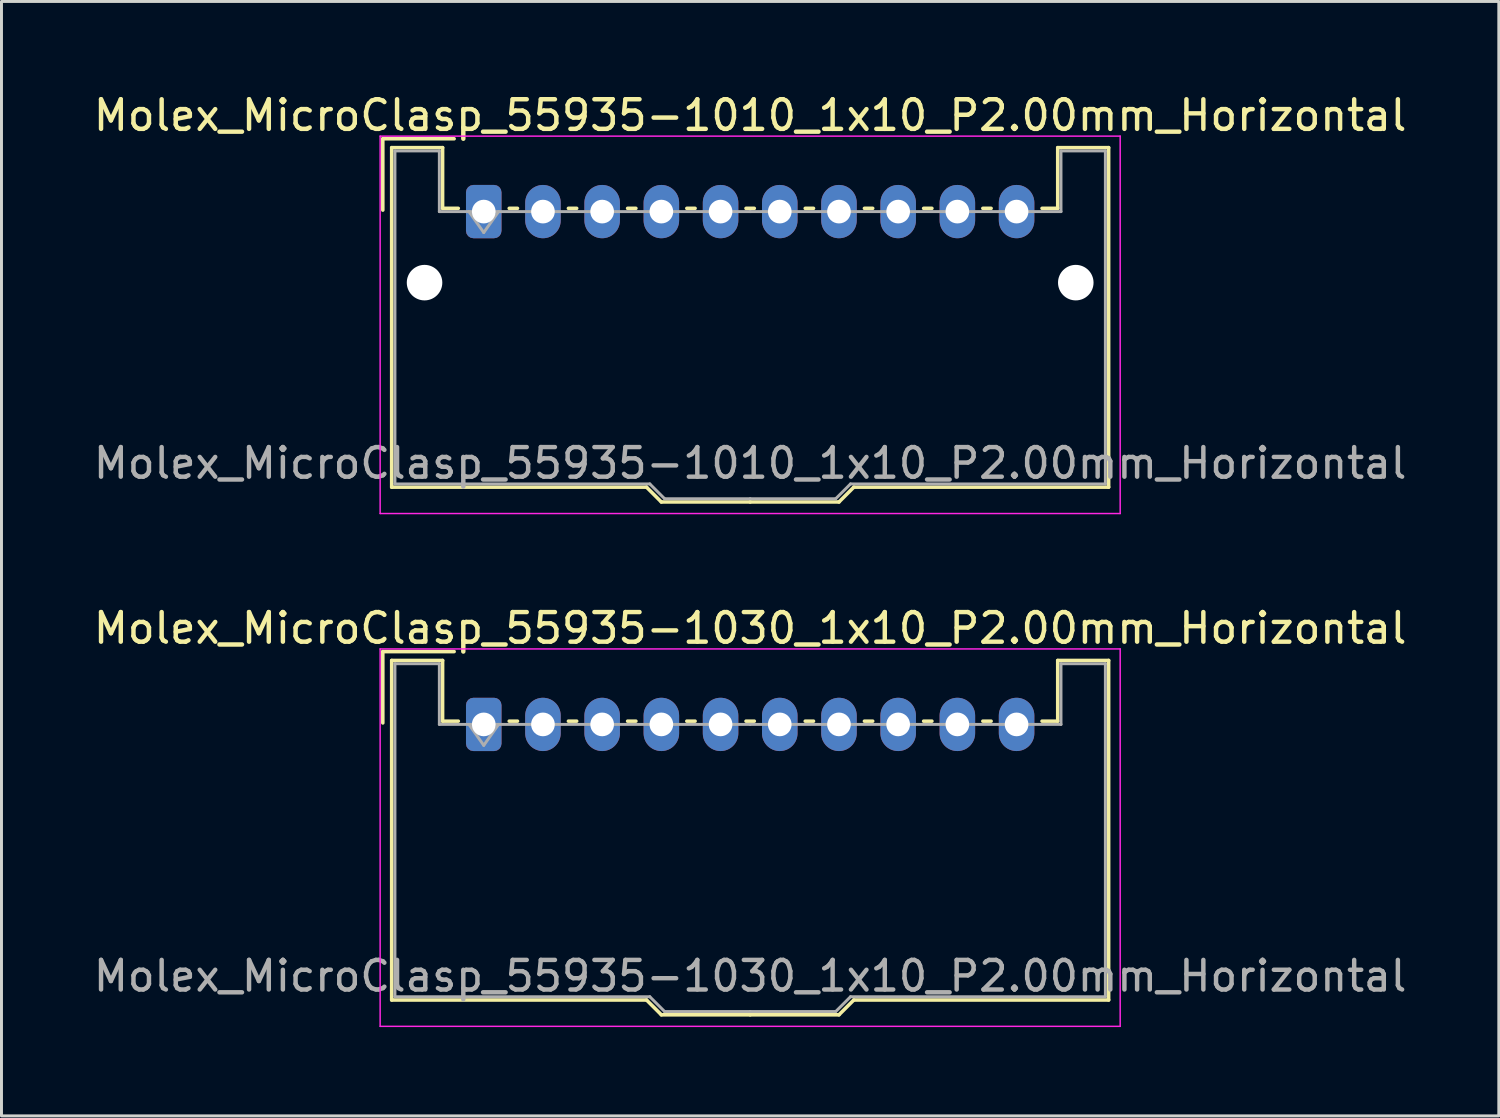
<source format=kicad_pcb>
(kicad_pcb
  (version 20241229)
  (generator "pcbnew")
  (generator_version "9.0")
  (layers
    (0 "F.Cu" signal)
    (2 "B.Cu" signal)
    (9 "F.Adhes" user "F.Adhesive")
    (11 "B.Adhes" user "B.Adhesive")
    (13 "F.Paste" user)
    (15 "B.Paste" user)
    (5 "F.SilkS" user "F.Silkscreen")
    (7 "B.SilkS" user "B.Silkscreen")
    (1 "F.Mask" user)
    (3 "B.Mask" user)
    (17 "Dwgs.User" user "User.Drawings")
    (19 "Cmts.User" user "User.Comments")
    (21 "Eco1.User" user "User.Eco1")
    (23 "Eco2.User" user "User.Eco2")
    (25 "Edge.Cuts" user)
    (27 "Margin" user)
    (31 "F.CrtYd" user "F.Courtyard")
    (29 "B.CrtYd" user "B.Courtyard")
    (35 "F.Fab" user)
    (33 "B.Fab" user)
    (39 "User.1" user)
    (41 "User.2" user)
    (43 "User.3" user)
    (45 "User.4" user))
  (footprint "Molex_MicroClasp_55935-1010_1x10_P2.00mm_Horizontal"
    (layer "F.Cu")
    (at 13.292 4.098)
    (property "Reference" "Molex_MicroClasp_55935-1010_1x10_P2.00mm_Horizontal" (at 9 -3.25 0) (layer "F.SilkS") (effects (font (size 1 1) (thickness 0.15))))
    (attr through_hole)
    (fp_line (start -3.41 -2.46) (end -1 -2.46) (stroke (width 0.12) (type solid)) (layer "F.SilkS"))
    (fp_line (start -3.41 -0.05) (end -3.41 -2.46) (stroke (width 0.12) (type solid)) (layer "F.SilkS"))
    (fp_line (start -3.11 -2.16) (end -1.39 -2.16) (stroke (width 0.12) (type solid)) (layer "F.SilkS"))
    (fp_line (start -3.11 9.31) (end -3.11 -2.16) (stroke (width 0.12) (type solid)) (layer "F.SilkS"))
    (fp_line (start -1.39 -2.16) (end -1.39 -0.11) (stroke (width 0.12) (type solid)) (layer "F.SilkS"))
    (fp_line (start -1.39 -0.11) (end -0.86 -0.11) (stroke (width 0.12) (type solid)) (layer "F.SilkS"))
    (fp_line (start 0.86 -0.11) (end 1.14 -0.11) (stroke (width 0.12) (type solid)) (layer "F.SilkS"))
    (fp_line (start 2.86 -0.11) (end 3.14 -0.11) (stroke (width 0.12) (type solid)) (layer "F.SilkS"))
    (fp_line (start 4.86 -0.11) (end 5.14 -0.11) (stroke (width 0.12) (type solid)) (layer "F.SilkS"))
    (fp_line (start 5.5 9.31) (end -3.11 9.31) (stroke (width 0.12) (type solid)) (layer "F.SilkS"))
    (fp_line (start 6 9.81) (end 5.5 9.31) (stroke (width 0.12) (type solid)) (layer "F.SilkS"))
    (fp_line (start 6.86 -0.11) (end 7.14 -0.11) (stroke (width 0.12) (type solid)) (layer "F.SilkS"))
    (fp_line (start 8.86 -0.11) (end 9.14 -0.11) (stroke (width 0.12) (type solid)) (layer "F.SilkS"))
    (fp_line (start 9 9.81) (end 6 9.81) (stroke (width 0.12) (type solid)) (layer "F.SilkS"))
    (fp_line (start 9 9.81) (end 12 9.81) (stroke (width 0.12) (type solid)) (layer "F.SilkS"))
    (fp_line (start 10.86 -0.11) (end 11.14 -0.11) (stroke (width 0.12) (type solid)) (layer "F.SilkS"))
    (fp_line (start 12 9.81) (end 12.5 9.31) (stroke (width 0.12) (type solid)) (layer "F.SilkS"))
    (fp_line (start 12.5 9.31) (end 21.11 9.31) (stroke (width 0.12) (type solid)) (layer "F.SilkS"))
    (fp_line (start 12.86 -0.11) (end 13.14 -0.11) (stroke (width 0.12) (type solid)) (layer "F.SilkS"))
    (fp_line (start 14.86 -0.11) (end 15.14 -0.11) (stroke (width 0.12) (type solid)) (layer "F.SilkS"))
    (fp_line (start 16.86 -0.11) (end 17.14 -0.11) (stroke (width 0.12) (type solid)) (layer "F.SilkS"))
    (fp_line (start 19.39 -2.16) (end 19.39 -0.11) (stroke (width 0.12) (type solid)) (layer "F.SilkS"))
    (fp_line (start 19.39 -0.11) (end 18.86 -0.11) (stroke (width 0.12) (type solid)) (layer "F.SilkS"))
    (fp_line (start 21.11 -2.16) (end 19.39 -2.16) (stroke (width 0.12) (type solid)) (layer "F.SilkS"))
    (fp_line (start 21.11 9.31) (end 21.11 -2.16) (stroke (width 0.12) (type solid)) (layer "F.SilkS"))
    (fp_line (start -3.5 -2.55) (end -3.5 10.2) (stroke (width 0.05) (type solid)) (layer "F.CrtYd"))
    (fp_line (start -3.5 10.2) (end 21.5 10.2) (stroke (width 0.05) (type solid)) (layer "F.CrtYd"))
    (fp_line (start 21.5 -2.55) (end -3.5 -2.55) (stroke (width 0.05) (type solid)) (layer "F.CrtYd"))
    (fp_line (start 21.5 10.2) (end 21.5 -2.55) (stroke (width 0.05) (type solid)) (layer "F.CrtYd"))
    (fp_line (start -3 -2.05) (end -1.5 -2.05) (stroke (width 0.1) (type solid)) (layer "F.Fab"))
    (fp_line (start -3 9.2) (end -3 -2.05) (stroke (width 0.1) (type solid)) (layer "F.Fab"))
    (fp_line (start -1.5 -2.05) (end -1.5 0) (stroke (width 0.1) (type solid)) (layer "F.Fab"))
    (fp_line (start -1.5 0) (end 9 0) (stroke (width 0.1) (type solid)) (layer "F.Fab"))
    (fp_line (start -0.5 0) (end 0 0.707) (stroke (width 0.1) (type solid)) (layer "F.Fab"))
    (fp_line (start 0 0.707) (end 0.5 0) (stroke (width 0.1) (type solid)) (layer "F.Fab"))
    (fp_line (start 5.61 9.2) (end -3 9.2) (stroke (width 0.1) (type solid)) (layer "F.Fab"))
    (fp_line (start 6.11 9.7) (end 5.61 9.2) (stroke (width 0.1) (type solid)) (layer "F.Fab"))
    (fp_line (start 9 9.7) (end 6.11 9.7) (stroke (width 0.1) (type solid)) (layer "F.Fab"))
    (fp_line (start 9 9.7) (end 11.89 9.7) (stroke (width 0.1) (type solid)) (layer "F.Fab"))
    (fp_line (start 11.89 9.7) (end 12.39 9.2) (stroke (width 0.1) (type solid)) (layer "F.Fab"))
    (fp_line (start 12.39 9.2) (end 21 9.2) (stroke (width 0.1) (type solid)) (layer "F.Fab"))
    (fp_line (start 19.5 -2.05) (end 19.5 0) (stroke (width 0.1) (type solid)) (layer "F.Fab"))
    (fp_line (start 19.5 0) (end 9 0) (stroke (width 0.1) (type solid)) (layer "F.Fab"))
    (fp_line (start 21 -2.05) (end 19.5 -2.05) (stroke (width 0.1) (type solid)) (layer "F.Fab"))
    (fp_line (start 21 9.2) (end 21 -2.05) (stroke (width 0.1) (type solid)) (layer "F.Fab"))
    (fp_text user "${REFERENCE}" (at 9 8.5 0) (layer "F.Fab") (effects (font (size 1 1) (thickness 0.15))))
    (pad "" np_thru_hole circle (at -2 2.4) (size 1.2 1.2) (drill 1.2) (layers "*.Cu" "*.Mask"))
    (pad "" np_thru_hole circle (at 20 2.4) (size 1.2 1.2) (drill 1.2) (layers "*.Cu" "*.Mask"))
    (pad "1" thru_hole roundrect (at 0 0) (size 1.2 1.8) (drill 0.8) (layers "*.Cu" "*.Mask") (roundrect_rratio 0.208))
    (pad "2" thru_hole oval (at 2 0) (size 1.2 1.8) (drill 0.8) (layers "*.Cu" "*.Mask"))
    (pad "3" thru_hole oval (at 4 0) (size 1.2 1.8) (drill 0.8) (layers "*.Cu" "*.Mask"))
    (pad "4" thru_hole oval (at 6 0) (size 1.2 1.8) (drill 0.8) (layers "*.Cu" "*.Mask"))
    (pad "5" thru_hole oval (at 8 0) (size 1.2 1.8) (drill 0.8) (layers "*.Cu" "*.Mask"))
    (pad "6" thru_hole oval (at 10 0) (size 1.2 1.8) (drill 0.8) (layers "*.Cu" "*.Mask"))
    (pad "7" thru_hole oval (at 12 0) (size 1.2 1.8) (drill 0.8) (layers "*.Cu" "*.Mask"))
    (pad "8" thru_hole oval (at 14 0) (size 1.2 1.8) (drill 0.8) (layers "*.Cu" "*.Mask"))
    (pad "9" thru_hole oval (at 16 0) (size 1.2 1.8) (drill 0.8) (layers "*.Cu" "*.Mask"))
    (pad "10" thru_hole oval (at 18 0) (size 1.2 1.8) (drill 0.8) (layers "*.Cu" "*.Mask")))
  (footprint "Molex_MicroClasp_55935-1030_1x10_P2.00mm_Horizontal"
    (layer "F.Cu")
    (at 13.292 21.422)
    (property "Reference" "Molex_MicroClasp_55935-1030_1x10_P2.00mm_Horizontal" (at 9 -3.25 0) (layer "F.SilkS") (effects (font (size 1 1) (thickness 0.15))))
    (attr through_hole)
    (fp_line (start -3.41 -2.46) (end -1 -2.46) (stroke (width 0.12) (type solid)) (layer "F.SilkS"))
    (fp_line (start -3.41 -0.05) (end -3.41 -2.46) (stroke (width 0.12) (type solid)) (layer "F.SilkS"))
    (fp_line (start -3.11 -2.16) (end -1.39 -2.16) (stroke (width 0.12) (type solid)) (layer "F.SilkS"))
    (fp_line (start -3.11 9.31) (end -3.11 -2.16) (stroke (width 0.12) (type solid)) (layer "F.SilkS"))
    (fp_line (start -1.39 -2.16) (end -1.39 -0.11) (stroke (width 0.12) (type solid)) (layer "F.SilkS"))
    (fp_line (start -1.39 -0.11) (end -0.86 -0.11) (stroke (width 0.12) (type solid)) (layer "F.SilkS"))
    (fp_line (start 0.86 -0.11) (end 1.14 -0.11) (stroke (width 0.12) (type solid)) (layer "F.SilkS"))
    (fp_line (start 2.86 -0.11) (end 3.14 -0.11) (stroke (width 0.12) (type solid)) (layer "F.SilkS"))
    (fp_line (start 4.86 -0.11) (end 5.14 -0.11) (stroke (width 0.12) (type solid)) (layer "F.SilkS"))
    (fp_line (start 5.5 9.31) (end -3.11 9.31) (stroke (width 0.12) (type solid)) (layer "F.SilkS"))
    (fp_line (start 6 9.81) (end 5.5 9.31) (stroke (width 0.12) (type solid)) (layer "F.SilkS"))
    (fp_line (start 6.86 -0.11) (end 7.14 -0.11) (stroke (width 0.12) (type solid)) (layer "F.SilkS"))
    (fp_line (start 8.86 -0.11) (end 9.14 -0.11) (stroke (width 0.12) (type solid)) (layer "F.SilkS"))
    (fp_line (start 9 9.81) (end 6 9.81) (stroke (width 0.12) (type solid)) (layer "F.SilkS"))
    (fp_line (start 9 9.81) (end 12 9.81) (stroke (width 0.12) (type solid)) (layer "F.SilkS"))
    (fp_line (start 10.86 -0.11) (end 11.14 -0.11) (stroke (width 0.12) (type solid)) (layer "F.SilkS"))
    (fp_line (start 12 9.81) (end 12.5 9.31) (stroke (width 0.12) (type solid)) (layer "F.SilkS"))
    (fp_line (start 12.5 9.31) (end 21.11 9.31) (stroke (width 0.12) (type solid)) (layer "F.SilkS"))
    (fp_line (start 12.86 -0.11) (end 13.14 -0.11) (stroke (width 0.12) (type solid)) (layer "F.SilkS"))
    (fp_line (start 14.86 -0.11) (end 15.14 -0.11) (stroke (width 0.12) (type solid)) (layer "F.SilkS"))
    (fp_line (start 16.86 -0.11) (end 17.14 -0.11) (stroke (width 0.12) (type solid)) (layer "F.SilkS"))
    (fp_line (start 19.39 -2.16) (end 19.39 -0.11) (stroke (width 0.12) (type solid)) (layer "F.SilkS"))
    (fp_line (start 19.39 -0.11) (end 18.86 -0.11) (stroke (width 0.12) (type solid)) (layer "F.SilkS"))
    (fp_line (start 21.11 -2.16) (end 19.39 -2.16) (stroke (width 0.12) (type solid)) (layer "F.SilkS"))
    (fp_line (start 21.11 9.31) (end 21.11 -2.16) (stroke (width 0.12) (type solid)) (layer "F.SilkS"))
    (fp_line (start -3.5 -2.55) (end -3.5 10.2) (stroke (width 0.05) (type solid)) (layer "F.CrtYd"))
    (fp_line (start -3.5 10.2) (end 21.5 10.2) (stroke (width 0.05) (type solid)) (layer "F.CrtYd"))
    (fp_line (start 21.5 -2.55) (end -3.5 -2.55) (stroke (width 0.05) (type solid)) (layer "F.CrtYd"))
    (fp_line (start 21.5 10.2) (end 21.5 -2.55) (stroke (width 0.05) (type solid)) (layer "F.CrtYd"))
    (fp_line (start -3 -2.05) (end -1.5 -2.05) (stroke (width 0.1) (type solid)) (layer "F.Fab"))
    (fp_line (start -3 9.2) (end -3 -2.05) (stroke (width 0.1) (type solid)) (layer "F.Fab"))
    (fp_line (start -1.5 -2.05) (end -1.5 0) (stroke (width 0.1) (type solid)) (layer "F.Fab"))
    (fp_line (start -1.5 0) (end 9 0) (stroke (width 0.1) (type solid)) (layer "F.Fab"))
    (fp_line (start -0.5 0) (end 0 0.707) (stroke (width 0.1) (type solid)) (layer "F.Fab"))
    (fp_line (start 0 0.707) (end 0.5 0) (stroke (width 0.1) (type solid)) (layer "F.Fab"))
    (fp_line (start 5.61 9.2) (end -3 9.2) (stroke (width 0.1) (type solid)) (layer "F.Fab"))
    (fp_line (start 6.11 9.7) (end 5.61 9.2) (stroke (width 0.1) (type solid)) (layer "F.Fab"))
    (fp_line (start 9 9.7) (end 6.11 9.7) (stroke (width 0.1) (type solid)) (layer "F.Fab"))
    (fp_line (start 9 9.7) (end 11.89 9.7) (stroke (width 0.1) (type solid)) (layer "F.Fab"))
    (fp_line (start 11.89 9.7) (end 12.39 9.2) (stroke (width 0.1) (type solid)) (layer "F.Fab"))
    (fp_line (start 12.39 9.2) (end 21 9.2) (stroke (width 0.1) (type solid)) (layer "F.Fab"))
    (fp_line (start 19.5 -2.05) (end 19.5 0) (stroke (width 0.1) (type solid)) (layer "F.Fab"))
    (fp_line (start 19.5 0) (end 9 0) (stroke (width 0.1) (type solid)) (layer "F.Fab"))
    (fp_line (start 21 -2.05) (end 19.5 -2.05) (stroke (width 0.1) (type solid)) (layer "F.Fab"))
    (fp_line (start 21 9.2) (end 21 -2.05) (stroke (width 0.1) (type solid)) (layer "F.Fab"))
    (fp_text user "${REFERENCE}" (at 9 8.5 0) (layer "F.Fab") (effects (font (size 1 1) (thickness 0.15))))
    (pad "1" thru_hole roundrect (at 0 0) (size 1.2 1.8) (drill 0.8) (layers "*.Cu" "*.Mask") (roundrect_rratio 0.208))
    (pad "2" thru_hole oval (at 2 0) (size 1.2 1.8) (drill 0.8) (layers "*.Cu" "*.Mask"))
    (pad "3" thru_hole oval (at 4 0) (size 1.2 1.8) (drill 0.8) (layers "*.Cu" "*.Mask"))
    (pad "4" thru_hole oval (at 6 0) (size 1.2 1.8) (drill 0.8) (layers "*.Cu" "*.Mask"))
    (pad "5" thru_hole oval (at 8 0) (size 1.2 1.8) (drill 0.8) (layers "*.Cu" "*.Mask"))
    (pad "6" thru_hole oval (at 10 0) (size 1.2 1.8) (drill 0.8) (layers "*.Cu" "*.Mask"))
    (pad "7" thru_hole oval (at 12 0) (size 1.2 1.8) (drill 0.8) (layers "*.Cu" "*.Mask"))
    (pad "8" thru_hole oval (at 14 0) (size 1.2 1.8) (drill 0.8) (layers "*.Cu" "*.Mask"))
    (pad "9" thru_hole oval (at 16 0) (size 1.2 1.8) (drill 0.8) (layers "*.Cu" "*.Mask"))
    (pad "10" thru_hole oval (at 18 0) (size 1.2 1.8) (drill 0.8) (layers "*.Cu" "*.Mask")))
  (gr_rect
    (start -3 -3)
    (end 47.583 34.647)
    (stroke (width 0.1) (type default))
    (fill no)
    (layer "Edge.Cuts")))
</source>
